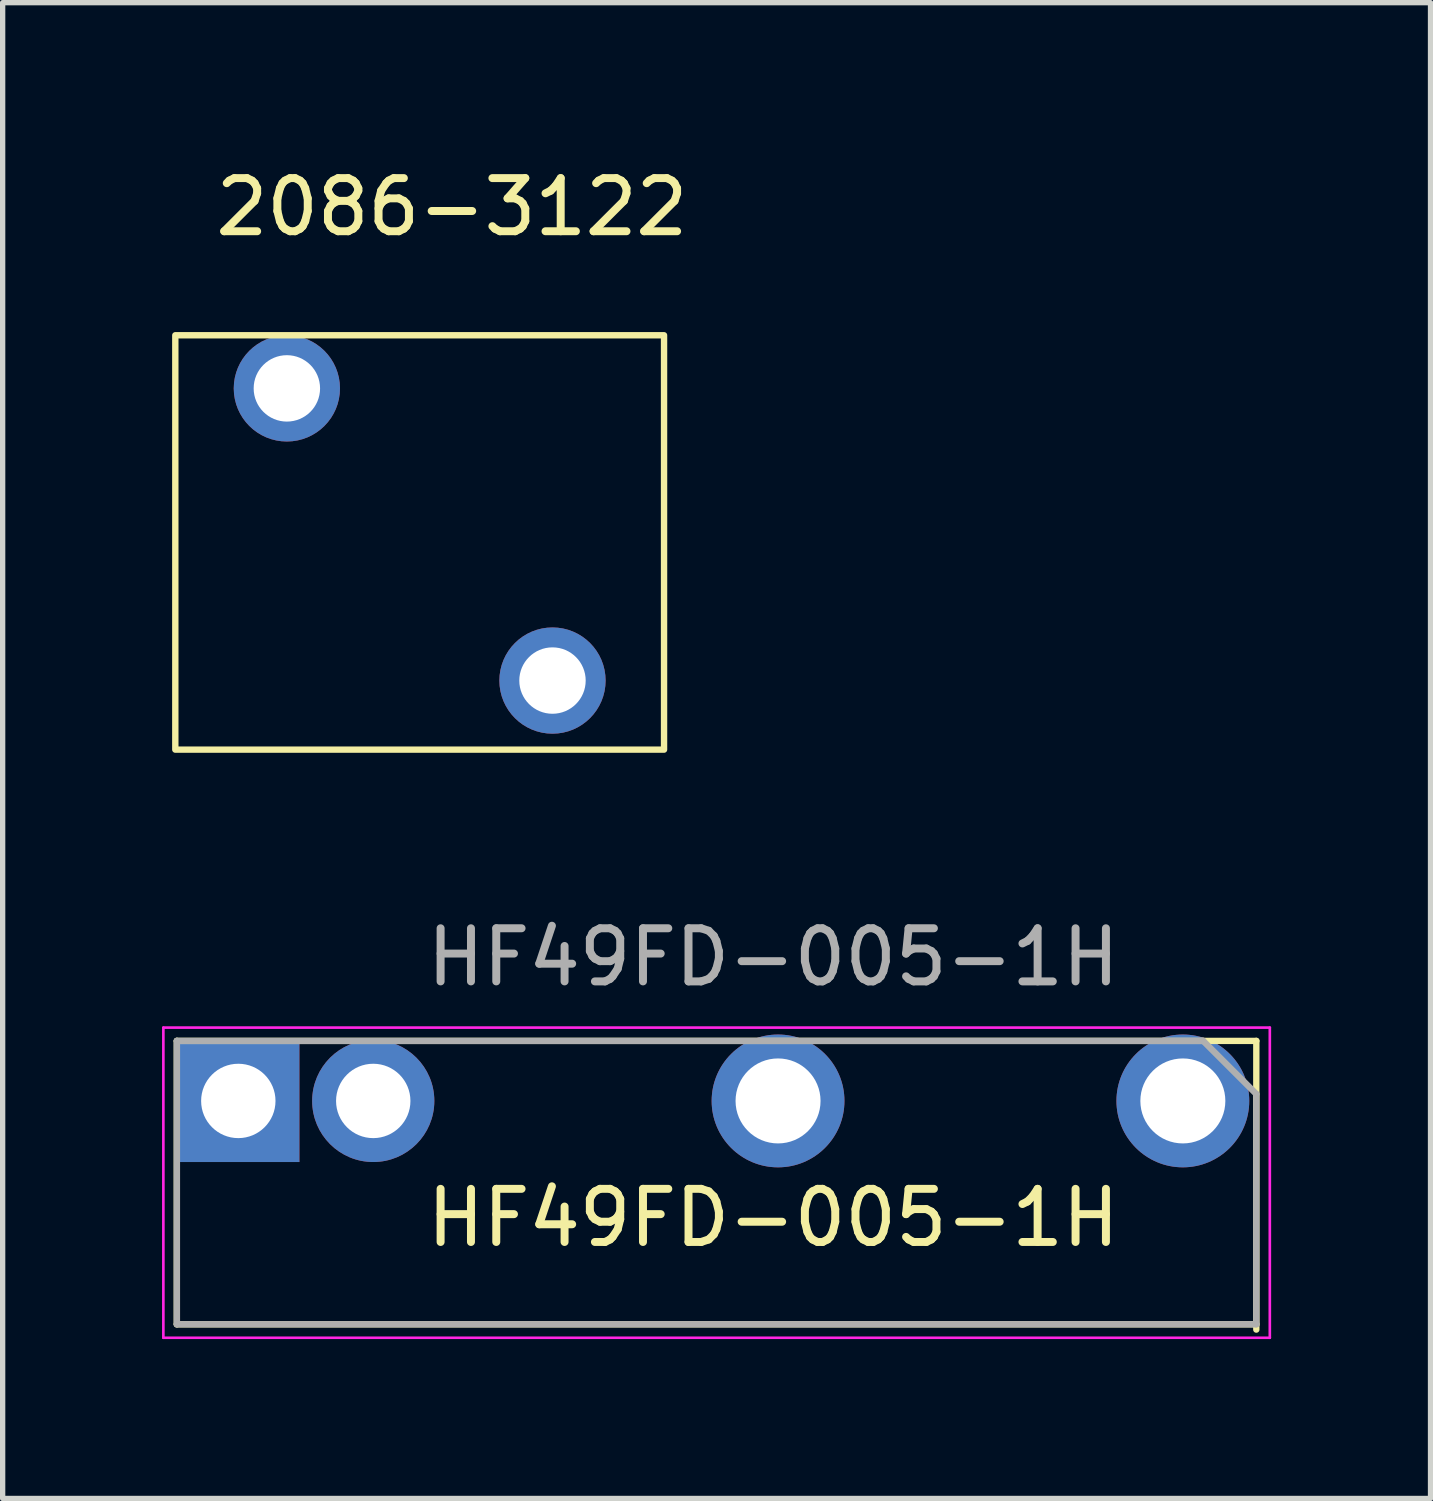
<source format=kicad_pcb>
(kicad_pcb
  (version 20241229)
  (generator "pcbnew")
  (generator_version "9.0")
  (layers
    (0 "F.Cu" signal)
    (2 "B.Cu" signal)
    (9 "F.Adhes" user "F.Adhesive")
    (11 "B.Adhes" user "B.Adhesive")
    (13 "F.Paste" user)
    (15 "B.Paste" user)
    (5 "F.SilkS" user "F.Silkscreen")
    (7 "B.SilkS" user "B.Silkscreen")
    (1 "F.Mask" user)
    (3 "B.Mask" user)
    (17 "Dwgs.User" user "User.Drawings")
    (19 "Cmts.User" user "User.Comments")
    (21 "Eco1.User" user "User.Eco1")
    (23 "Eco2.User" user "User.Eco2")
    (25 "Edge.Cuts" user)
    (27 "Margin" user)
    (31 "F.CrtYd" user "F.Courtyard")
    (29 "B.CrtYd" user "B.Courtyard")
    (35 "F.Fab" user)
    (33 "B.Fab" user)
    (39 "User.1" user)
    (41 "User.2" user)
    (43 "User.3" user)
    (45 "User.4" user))
  (footprint "HF49FD-005-1H"
    (layer "F.Cu")
    (at 8.204 16.798)
    (property "Reference" "HF49FD-005-1H" (at 3.302 3.076 180) (layer "F.SilkS") (effects (font (size 1 1) (thickness 0.15))))
    (attr through_hole)
    (fp_line (start -7.925 -0.254) (end 12.395 -0.254) (stroke (width 0.12) (type solid)) (layer "F.SilkS"))
    (fp_line (start -7.925 5.08) (end -7.925 -0.254) (stroke (width 0.12) (type solid)) (layer "F.SilkS"))
    (fp_line (start 12.395 -0.254) (end 12.395 5.18) (stroke (width 0.12) (type solid)) (layer "F.SilkS"))
    (fp_line (start 12.395 5.08) (end -7.925 5.08) (stroke (width 0.12) (type solid)) (layer "F.SilkS"))
    (fp_line (start -8.179 -0.504) (end -8.179 5.334) (stroke (width 0.05) (type solid)) (layer "F.CrtYd"))
    (fp_line (start -8.179 -0.504) (end 12.649 -0.504) (stroke (width 0.05) (type solid)) (layer "F.CrtYd"))
    (fp_line (start 12.649 5.334) (end -8.179 5.334) (stroke (width 0.05) (type solid)) (layer "F.CrtYd"))
    (fp_line (start 12.649 5.334) (end 12.649 -0.504) (stroke (width 0.05) (type solid)) (layer "F.CrtYd"))
    (fp_line (start -7.925 -0.254) (end 11.395 -0.254) (stroke (width 0.12) (type solid)) (layer "F.Fab"))
    (fp_line (start -7.925 5.08) (end -7.925 -0.254) (stroke (width 0.12) (type solid)) (layer "F.Fab"))
    (fp_line (start 11.395 -0.254) (end 12.395 0.746) (stroke (width 0.12) (type solid)) (layer "F.Fab"))
    (fp_line (start 12.395 0.746) (end 12.395 5.08) (stroke (width 0.12) (type solid)) (layer "F.Fab"))
    (fp_line (start 12.395 5.08) (end -7.925 5.08) (stroke (width 0.12) (type solid)) (layer "F.Fab"))
    (fp_text user "${REFERENCE}" (at 3.302 -1.829 180) (layer "F.Fab") (effects (font (size 1 1) (thickness 0.15))))
    (pad "1" thru_hole circle (at 3.392 0.876 180) (size 2.5 2.5) (drill 1.6) (layers "*.Cu" "*.Mask"))
    (pad "2" thru_hole rect (at -6.768 0.876 270) (size 2.3 2.3) (drill 1.4) (layers "*.Cu" "*.Mask"))
    (pad "6" thru_hole circle (at -4.228 0.876 180) (size 2.3 2.3) (drill 1.4) (layers "*.Cu" "*.Mask"))
    (pad "7" thru_hole circle (at 11.012 0.876 180) (size 2.5 2.5) (drill 1.6) (layers "*.Cu" "*.Mask")))
  (footprint "2086-3122"
    (layer "F.Cu")
    (at 0.25 3.261)
    (property "Reference" "2086-3122" (at 5.207 -2.413 0) (unlocked yes) (layer "F.SilkS") (effects (font (size 1 1) (thickness 0.15))))
    (attr through_hole)
    (fp_rect (start 0 0) (end 9.2 7.8) (stroke (width 0.12) (type solid)) (fill no) (layer "F.SilkS"))
    (pad "1" thru_hole circle (at 2.1 1) (size 2 2) (drill 1.25) (layers "*.Cu" "*.Mask"))
    (pad "2" thru_hole circle (at 7.1 6.5) (size 2 2) (drill 1.25) (layers "*.Cu" "*.Mask")))
  (gr_rect
    (start -3 -3)
    (end 23.878 25.157)
    (stroke (width 0.1) (type default))
    (fill no)
    (layer "Edge.Cuts")))
</source>
